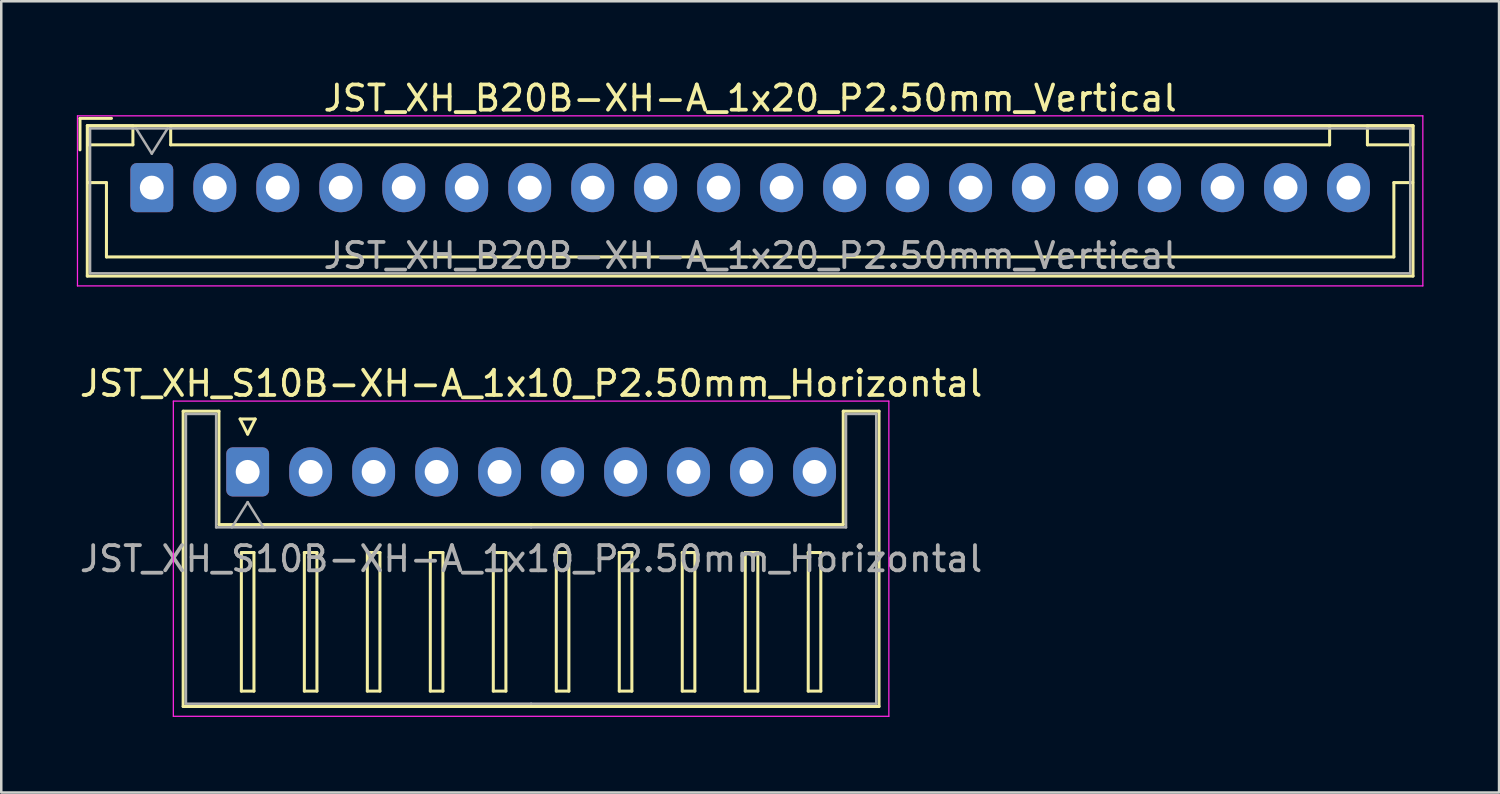
<source format=kicad_pcb>
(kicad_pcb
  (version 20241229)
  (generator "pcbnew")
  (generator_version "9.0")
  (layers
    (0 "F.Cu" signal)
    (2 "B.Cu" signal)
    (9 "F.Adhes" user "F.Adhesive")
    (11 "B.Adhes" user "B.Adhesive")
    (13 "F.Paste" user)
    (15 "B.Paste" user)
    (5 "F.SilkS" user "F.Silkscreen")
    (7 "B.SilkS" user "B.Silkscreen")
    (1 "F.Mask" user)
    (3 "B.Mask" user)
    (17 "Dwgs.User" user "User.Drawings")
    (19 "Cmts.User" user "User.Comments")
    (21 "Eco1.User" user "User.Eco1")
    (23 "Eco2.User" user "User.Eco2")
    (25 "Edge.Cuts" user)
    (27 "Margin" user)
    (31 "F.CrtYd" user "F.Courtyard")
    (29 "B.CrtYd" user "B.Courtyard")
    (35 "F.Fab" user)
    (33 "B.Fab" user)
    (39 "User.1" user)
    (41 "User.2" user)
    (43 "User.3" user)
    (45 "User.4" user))
  (footprint "JST_XH_S10B-XH-A_1x10_P2.50mm_Horizontal"
    (layer "F.Cu")
    (at 6.78 15.681)
    (property "Reference" "JST_XH_S10B-XH-A_1x10_P2.50mm_Horizontal" (at 11.25 -3.51 0) (layer "F.SilkS") (effects (font (size 1 1) (thickness 0.15))))
    (attr through_hole)
    (fp_line (start -2.56 -2.41) (end -1.14 -2.41) (stroke (width 0.12) (type solid)) (layer "F.SilkS"))
    (fp_line (start -2.56 9.31) (end -2.56 -2.41) (stroke (width 0.12) (type solid)) (layer "F.SilkS"))
    (fp_line (start -1.14 -2.41) (end -1.14 2.09) (stroke (width 0.12) (type solid)) (layer "F.SilkS"))
    (fp_line (start -1.14 2.09) (end 11.25 2.09) (stroke (width 0.12) (type solid)) (layer "F.SilkS"))
    (fp_line (start -0.3 -2.1) (end 0.3 -2.1) (stroke (width 0.12) (type solid)) (layer "F.SilkS"))
    (fp_line (start -0.25 3.2) (end -0.25 8.7) (stroke (width 0.12) (type solid)) (layer "F.SilkS"))
    (fp_line (start -0.25 8.7) (end 0.25 8.7) (stroke (width 0.12) (type solid)) (layer "F.SilkS"))
    (fp_line (start 0 -1.5) (end -0.3 -2.1) (stroke (width 0.12) (type solid)) (layer "F.SilkS"))
    (fp_line (start 0.25 3.2) (end -0.25 3.2) (stroke (width 0.12) (type solid)) (layer "F.SilkS"))
    (fp_line (start 0.25 8.7) (end 0.25 3.2) (stroke (width 0.12) (type solid)) (layer "F.SilkS"))
    (fp_line (start 0.3 -2.1) (end 0 -1.5) (stroke (width 0.12) (type solid)) (layer "F.SilkS"))
    (fp_line (start 2.25 3.2) (end 2.25 8.7) (stroke (width 0.12) (type solid)) (layer "F.SilkS"))
    (fp_line (start 2.25 8.7) (end 2.75 8.7) (stroke (width 0.12) (type solid)) (layer "F.SilkS"))
    (fp_line (start 2.75 3.2) (end 2.25 3.2) (stroke (width 0.12) (type solid)) (layer "F.SilkS"))
    (fp_line (start 2.75 8.7) (end 2.75 3.2) (stroke (width 0.12) (type solid)) (layer "F.SilkS"))
    (fp_line (start 4.75 3.2) (end 4.75 8.7) (stroke (width 0.12) (type solid)) (layer "F.SilkS"))
    (fp_line (start 4.75 8.7) (end 5.25 8.7) (stroke (width 0.12) (type solid)) (layer "F.SilkS"))
    (fp_line (start 5.25 3.2) (end 4.75 3.2) (stroke (width 0.12) (type solid)) (layer "F.SilkS"))
    (fp_line (start 5.25 8.7) (end 5.25 3.2) (stroke (width 0.12) (type solid)) (layer "F.SilkS"))
    (fp_line (start 7.25 3.2) (end 7.25 8.7) (stroke (width 0.12) (type solid)) (layer "F.SilkS"))
    (fp_line (start 7.25 8.7) (end 7.75 8.7) (stroke (width 0.12) (type solid)) (layer "F.SilkS"))
    (fp_line (start 7.75 3.2) (end 7.25 3.2) (stroke (width 0.12) (type solid)) (layer "F.SilkS"))
    (fp_line (start 7.75 8.7) (end 7.75 3.2) (stroke (width 0.12) (type solid)) (layer "F.SilkS"))
    (fp_line (start 9.75 3.2) (end 9.75 8.7) (stroke (width 0.12) (type solid)) (layer "F.SilkS"))
    (fp_line (start 9.75 8.7) (end 10.25 8.7) (stroke (width 0.12) (type solid)) (layer "F.SilkS"))
    (fp_line (start 10.25 3.2) (end 9.75 3.2) (stroke (width 0.12) (type solid)) (layer "F.SilkS"))
    (fp_line (start 10.25 8.7) (end 10.25 3.2) (stroke (width 0.12) (type solid)) (layer "F.SilkS"))
    (fp_line (start 11.25 9.31) (end -2.56 9.31) (stroke (width 0.12) (type solid)) (layer "F.SilkS"))
    (fp_line (start 11.25 9.31) (end 25.06 9.31) (stroke (width 0.12) (type solid)) (layer "F.SilkS"))
    (fp_line (start 12.25 3.2) (end 12.25 8.7) (stroke (width 0.12) (type solid)) (layer "F.SilkS"))
    (fp_line (start 12.25 8.7) (end 12.75 8.7) (stroke (width 0.12) (type solid)) (layer "F.SilkS"))
    (fp_line (start 12.75 3.2) (end 12.25 3.2) (stroke (width 0.12) (type solid)) (layer "F.SilkS"))
    (fp_line (start 12.75 8.7) (end 12.75 3.2) (stroke (width 0.12) (type solid)) (layer "F.SilkS"))
    (fp_line (start 14.75 3.2) (end 14.75 8.7) (stroke (width 0.12) (type solid)) (layer "F.SilkS"))
    (fp_line (start 14.75 8.7) (end 15.25 8.7) (stroke (width 0.12) (type solid)) (layer "F.SilkS"))
    (fp_line (start 15.25 3.2) (end 14.75 3.2) (stroke (width 0.12) (type solid)) (layer "F.SilkS"))
    (fp_line (start 15.25 8.7) (end 15.25 3.2) (stroke (width 0.12) (type solid)) (layer "F.SilkS"))
    (fp_line (start 17.25 3.2) (end 17.25 8.7) (stroke (width 0.12) (type solid)) (layer "F.SilkS"))
    (fp_line (start 17.25 8.7) (end 17.75 8.7) (stroke (width 0.12) (type solid)) (layer "F.SilkS"))
    (fp_line (start 17.75 3.2) (end 17.25 3.2) (stroke (width 0.12) (type solid)) (layer "F.SilkS"))
    (fp_line (start 17.75 8.7) (end 17.75 3.2) (stroke (width 0.12) (type solid)) (layer "F.SilkS"))
    (fp_line (start 19.75 3.2) (end 19.75 8.7) (stroke (width 0.12) (type solid)) (layer "F.SilkS"))
    (fp_line (start 19.75 8.7) (end 20.25 8.7) (stroke (width 0.12) (type solid)) (layer "F.SilkS"))
    (fp_line (start 20.25 3.2) (end 19.75 3.2) (stroke (width 0.12) (type solid)) (layer "F.SilkS"))
    (fp_line (start 20.25 8.7) (end 20.25 3.2) (stroke (width 0.12) (type solid)) (layer "F.SilkS"))
    (fp_line (start 22.25 3.2) (end 22.25 8.7) (stroke (width 0.12) (type solid)) (layer "F.SilkS"))
    (fp_line (start 22.25 8.7) (end 22.75 8.7) (stroke (width 0.12) (type solid)) (layer "F.SilkS"))
    (fp_line (start 22.75 3.2) (end 22.25 3.2) (stroke (width 0.12) (type solid)) (layer "F.SilkS"))
    (fp_line (start 22.75 8.7) (end 22.75 3.2) (stroke (width 0.12) (type solid)) (layer "F.SilkS"))
    (fp_line (start 23.64 -2.41) (end 23.64 2.09) (stroke (width 0.12) (type solid)) (layer "F.SilkS"))
    (fp_line (start 23.64 2.09) (end 11.25 2.09) (stroke (width 0.12) (type solid)) (layer "F.SilkS"))
    (fp_line (start 25.06 -2.41) (end 23.64 -2.41) (stroke (width 0.12) (type solid)) (layer "F.SilkS"))
    (fp_line (start 25.06 9.31) (end 25.06 -2.41) (stroke (width 0.12) (type solid)) (layer "F.SilkS"))
    (fp_line (start -2.95 -2.81) (end -2.95 9.7) (stroke (width 0.05) (type solid)) (layer "F.CrtYd"))
    (fp_line (start -2.95 9.7) (end 25.45 9.7) (stroke (width 0.05) (type solid)) (layer "F.CrtYd"))
    (fp_line (start 25.45 -2.81) (end -2.95 -2.81) (stroke (width 0.05) (type solid)) (layer "F.CrtYd"))
    (fp_line (start 25.45 9.7) (end 25.45 -2.81) (stroke (width 0.05) (type solid)) (layer "F.CrtYd"))
    (fp_line (start -2.45 -2.3) (end -1.25 -2.3) (stroke (width 0.1) (type solid)) (layer "F.Fab"))
    (fp_line (start -2.45 9.2) (end -2.45 -2.3) (stroke (width 0.1) (type solid)) (layer "F.Fab"))
    (fp_line (start -1.25 -2.3) (end -1.25 2.2) (stroke (width 0.1) (type solid)) (layer "F.Fab"))
    (fp_line (start -1.25 2.2) (end 11.25 2.2) (stroke (width 0.1) (type solid)) (layer "F.Fab"))
    (fp_line (start -0.625 2.2) (end 0 1.2) (stroke (width 0.1) (type solid)) (layer "F.Fab"))
    (fp_line (start 0 1.2) (end 0.625 2.2) (stroke (width 0.1) (type solid)) (layer "F.Fab"))
    (fp_line (start 11.25 9.2) (end -2.45 9.2) (stroke (width 0.1) (type solid)) (layer "F.Fab"))
    (fp_line (start 11.25 9.2) (end 24.95 9.2) (stroke (width 0.1) (type solid)) (layer "F.Fab"))
    (fp_line (start 23.75 -2.3) (end 23.75 2.2) (stroke (width 0.1) (type solid)) (layer "F.Fab"))
    (fp_line (start 23.75 2.2) (end 11.25 2.2) (stroke (width 0.1) (type solid)) (layer "F.Fab"))
    (fp_line (start 24.95 -2.3) (end 23.75 -2.3) (stroke (width 0.1) (type solid)) (layer "F.Fab"))
    (fp_line (start 24.95 9.2) (end 24.95 -2.3) (stroke (width 0.1) (type solid)) (layer "F.Fab"))
    (fp_text user "${REFERENCE}" (at 11.25 3.45 0) (layer "F.Fab") (effects (font (size 1 1) (thickness 0.15))))
    (pad "1" thru_hole roundrect (at 0 0) (size 1.7 1.95) (drill 0.95) (layers "*.Cu" "*.Mask") (roundrect_rratio 0.147))
    (pad "2" thru_hole oval (at 2.5 0) (size 1.7 1.95) (drill 0.95) (layers "*.Cu" "*.Mask"))
    (pad "3" thru_hole oval (at 5 0) (size 1.7 1.95) (drill 0.95) (layers "*.Cu" "*.Mask"))
    (pad "4" thru_hole oval (at 7.5 0) (size 1.7 1.95) (drill 0.95) (layers "*.Cu" "*.Mask"))
    (pad "5" thru_hole oval (at 10 0) (size 1.7 1.95) (drill 0.95) (layers "*.Cu" "*.Mask"))
    (pad "6" thru_hole oval (at 12.5 0) (size 1.7 1.95) (drill 0.95) (layers "*.Cu" "*.Mask"))
    (pad "7" thru_hole oval (at 15 0) (size 1.7 1.95) (drill 0.95) (layers "*.Cu" "*.Mask"))
    (pad "8" thru_hole oval (at 17.5 0) (size 1.7 1.95) (drill 0.95) (layers "*.Cu" "*.Mask"))
    (pad "9" thru_hole oval (at 20 0) (size 1.7 1.95) (drill 0.95) (layers "*.Cu" "*.Mask"))
    (pad "10" thru_hole oval (at 22.5 0) (size 1.7 1.95) (drill 0.95) (layers "*.Cu" "*.Mask")))
  (footprint "JST_XH_B20B-XH-A_1x20_P2.50mm_Vertical"
    (layer "F.Cu")
    (at 2.975 4.398)
    (property "Reference" "JST_XH_B20B-XH-A_1x20_P2.50mm_Vertical" (at 23.75 -3.55 0) (layer "F.SilkS") (effects (font (size 1 1) (thickness 0.15))))
    (attr through_hole)
    (fp_line (start -2.85 -2.75) (end -2.85 -1.5) (stroke (width 0.12) (type solid)) (layer "F.SilkS"))
    (fp_line (start -2.56 -2.46) (end -2.56 3.51) (stroke (width 0.12) (type solid)) (layer "F.SilkS"))
    (fp_line (start -2.56 3.51) (end 50.06 3.51) (stroke (width 0.12) (type solid)) (layer "F.SilkS"))
    (fp_line (start -2.55 -2.45) (end -2.55 -1.7) (stroke (width 0.12) (type solid)) (layer "F.SilkS"))
    (fp_line (start -2.55 -1.7) (end -0.75 -1.7) (stroke (width 0.12) (type solid)) (layer "F.SilkS"))
    (fp_line (start -2.55 -0.2) (end -1.8 -0.2) (stroke (width 0.12) (type solid)) (layer "F.SilkS"))
    (fp_line (start -1.8 -0.2) (end -1.8 2.75) (stroke (width 0.12) (type solid)) (layer "F.SilkS"))
    (fp_line (start -1.8 2.75) (end 23.75 2.75) (stroke (width 0.12) (type solid)) (layer "F.SilkS"))
    (fp_line (start -1.6 -2.75) (end -2.85 -2.75) (stroke (width 0.12) (type solid)) (layer "F.SilkS"))
    (fp_line (start -0.75 -2.45) (end -2.55 -2.45) (stroke (width 0.12) (type solid)) (layer "F.SilkS"))
    (fp_line (start -0.75 -1.7) (end -0.75 -2.45) (stroke (width 0.12) (type solid)) (layer "F.SilkS"))
    (fp_line (start 0.75 -2.45) (end 0.75 -1.7) (stroke (width 0.12) (type solid)) (layer "F.SilkS"))
    (fp_line (start 0.75 -1.7) (end 46.75 -1.7) (stroke (width 0.12) (type solid)) (layer "F.SilkS"))
    (fp_line (start 46.75 -2.45) (end 0.75 -2.45) (stroke (width 0.12) (type solid)) (layer "F.SilkS"))
    (fp_line (start 46.75 -1.7) (end 46.75 -2.45) (stroke (width 0.12) (type solid)) (layer "F.SilkS"))
    (fp_line (start 48.25 -2.45) (end 48.25 -1.7) (stroke (width 0.12) (type solid)) (layer "F.SilkS"))
    (fp_line (start 48.25 -1.7) (end 50.05 -1.7) (stroke (width 0.12) (type solid)) (layer "F.SilkS"))
    (fp_line (start 49.3 -0.2) (end 49.3 2.75) (stroke (width 0.12) (type solid)) (layer "F.SilkS"))
    (fp_line (start 49.3 2.75) (end 23.75 2.75) (stroke (width 0.12) (type solid)) (layer "F.SilkS"))
    (fp_line (start 50.05 -2.45) (end 48.25 -2.45) (stroke (width 0.12) (type solid)) (layer "F.SilkS"))
    (fp_line (start 50.05 -1.7) (end 50.05 -2.45) (stroke (width 0.12) (type solid)) (layer "F.SilkS"))
    (fp_line (start 50.05 -0.2) (end 49.3 -0.2) (stroke (width 0.12) (type solid)) (layer "F.SilkS"))
    (fp_line (start 50.06 -2.46) (end -2.56 -2.46) (stroke (width 0.12) (type solid)) (layer "F.SilkS"))
    (fp_line (start 50.06 3.51) (end 50.06 -2.46) (stroke (width 0.12) (type solid)) (layer "F.SilkS"))
    (fp_line (start -2.95 -2.85) (end -2.95 3.9) (stroke (width 0.05) (type solid)) (layer "F.CrtYd"))
    (fp_line (start -2.95 3.9) (end 50.45 3.9) (stroke (width 0.05) (type solid)) (layer "F.CrtYd"))
    (fp_line (start 50.45 -2.85) (end -2.95 -2.85) (stroke (width 0.05) (type solid)) (layer "F.CrtYd"))
    (fp_line (start 50.45 3.9) (end 50.45 -2.85) (stroke (width 0.05) (type solid)) (layer "F.CrtYd"))
    (fp_line (start -2.45 -2.35) (end -2.45 3.4) (stroke (width 0.1) (type solid)) (layer "F.Fab"))
    (fp_line (start -2.45 3.4) (end 49.95 3.4) (stroke (width 0.1) (type solid)) (layer "F.Fab"))
    (fp_line (start -0.625 -2.35) (end 0 -1.35) (stroke (width 0.1) (type solid)) (layer "F.Fab"))
    (fp_line (start 0 -1.35) (end 0.625 -2.35) (stroke (width 0.1) (type solid)) (layer "F.Fab"))
    (fp_line (start 49.95 -2.35) (end -2.45 -2.35) (stroke (width 0.1) (type solid)) (layer "F.Fab"))
    (fp_line (start 49.95 3.4) (end 49.95 -2.35) (stroke (width 0.1) (type solid)) (layer "F.Fab"))
    (fp_text user "${REFERENCE}" (at 23.75 2.7 0) (layer "F.Fab") (effects (font (size 1 1) (thickness 0.15))))
    (pad "1" thru_hole roundrect (at 0 0) (size 1.7 1.95) (drill 0.95) (layers "*.Cu" "*.Mask") (roundrect_rratio 0.147))
    (pad "2" thru_hole oval (at 2.5 0) (size 1.7 1.95) (drill 0.95) (layers "*.Cu" "*.Mask"))
    (pad "3" thru_hole oval (at 5 0) (size 1.7 1.95) (drill 0.95) (layers "*.Cu" "*.Mask"))
    (pad "4" thru_hole oval (at 7.5 0) (size 1.7 1.95) (drill 0.95) (layers "*.Cu" "*.Mask"))
    (pad "5" thru_hole oval (at 10 0) (size 1.7 1.95) (drill 0.95) (layers "*.Cu" "*.Mask"))
    (pad "6" thru_hole oval (at 12.5 0) (size 1.7 1.95) (drill 0.95) (layers "*.Cu" "*.Mask"))
    (pad "7" thru_hole oval (at 15 0) (size 1.7 1.95) (drill 0.95) (layers "*.Cu" "*.Mask"))
    (pad "8" thru_hole oval (at 17.5 0) (size 1.7 1.95) (drill 0.95) (layers "*.Cu" "*.Mask"))
    (pad "9" thru_hole oval (at 20 0) (size 1.7 1.95) (drill 0.95) (layers "*.Cu" "*.Mask"))
    (pad "10" thru_hole oval (at 22.5 0) (size 1.7 1.95) (drill 0.95) (layers "*.Cu" "*.Mask"))
    (pad "11" thru_hole oval (at 25 0) (size 1.7 1.95) (drill 0.95) (layers "*.Cu" "*.Mask"))
    (pad "12" thru_hole oval (at 27.5 0) (size 1.7 1.95) (drill 0.95) (layers "*.Cu" "*.Mask"))
    (pad "13" thru_hole oval (at 30 0) (size 1.7 1.95) (drill 0.95) (layers "*.Cu" "*.Mask"))
    (pad "14" thru_hole oval (at 32.5 0) (size 1.7 1.95) (drill 0.95) (layers "*.Cu" "*.Mask"))
    (pad "15" thru_hole oval (at 35 0) (size 1.7 1.95) (drill 0.95) (layers "*.Cu" "*.Mask"))
    (pad "16" thru_hole oval (at 37.5 0) (size 1.7 1.95) (drill 0.95) (layers "*.Cu" "*.Mask"))
    (pad "17" thru_hole oval (at 40 0) (size 1.7 1.95) (drill 0.95) (layers "*.Cu" "*.Mask"))
    (pad "18" thru_hole oval (at 42.5 0) (size 1.7 1.95) (drill 0.95) (layers "*.Cu" "*.Mask"))
    (pad "19" thru_hole oval (at 45 0) (size 1.7 1.95) (drill 0.95) (layers "*.Cu" "*.Mask"))
    (pad "20" thru_hole oval (at 47.5 0) (size 1.7 1.95) (drill 0.95) (layers "*.Cu" "*.Mask")))
  (gr_rect
    (start -3 -3)
    (end 56.45 28.407)
    (stroke (width 0.1) (type default))
    (fill no)
    (layer "Edge.Cuts")))
</source>
